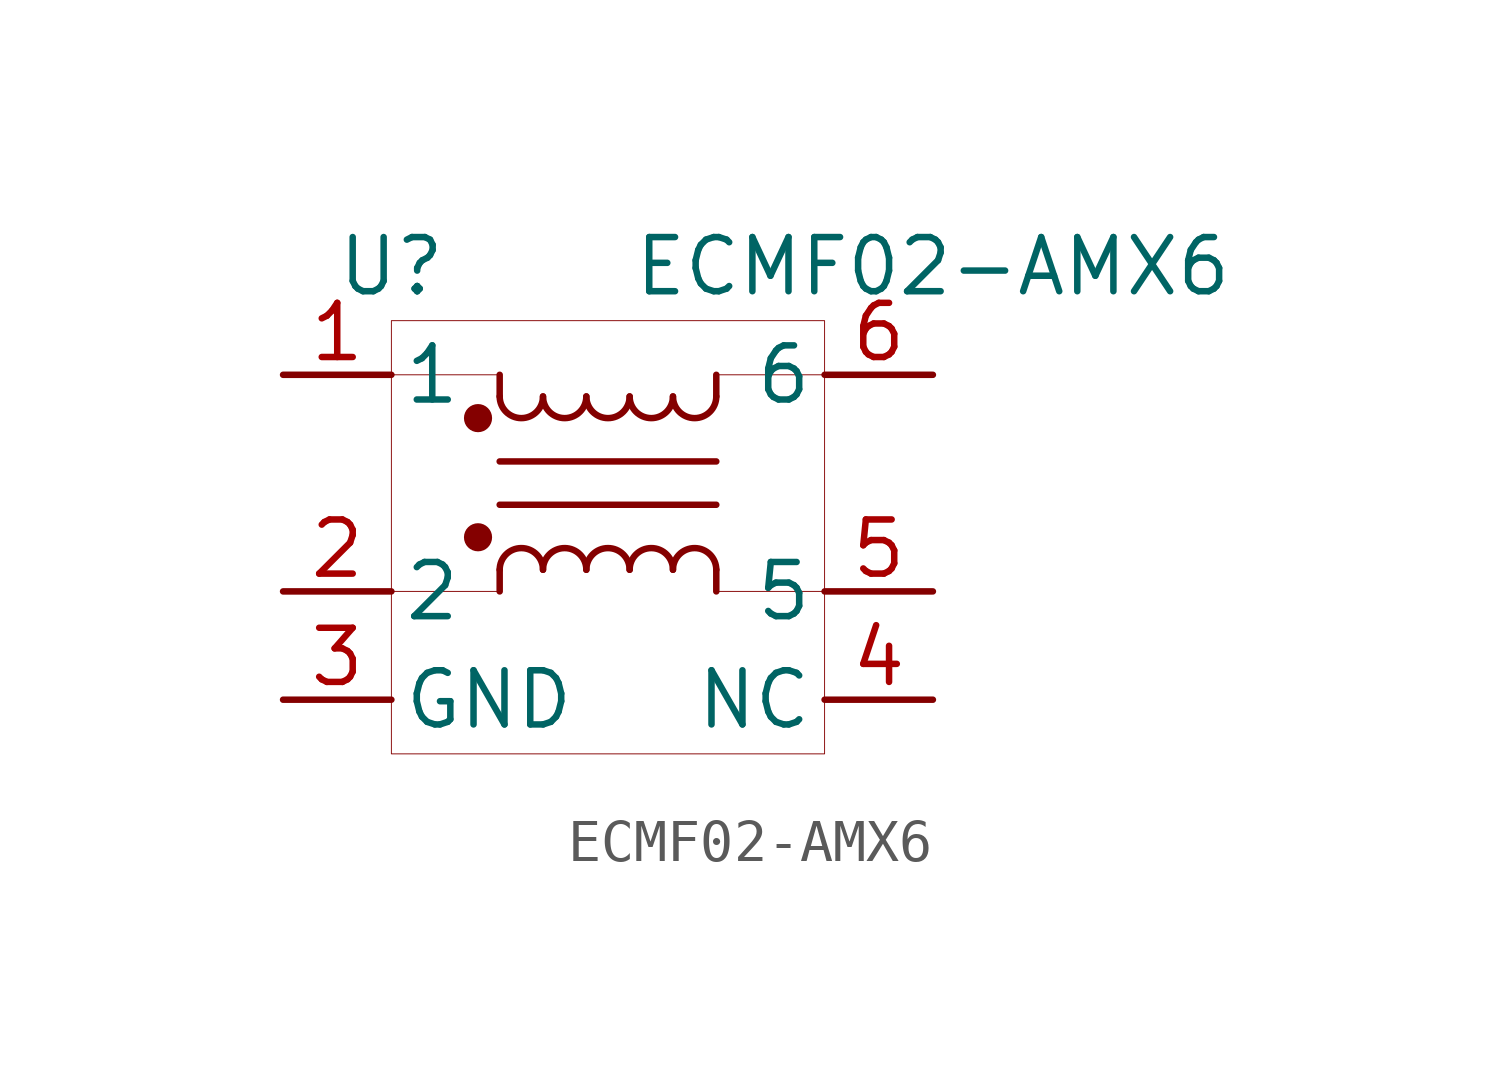
<source format=kicad_sym>
(kicad_symbol_lib
  (version 20201005)
  (generator kicad_symbol_editor)
  (symbol "ECMF02-AMX6:ECMF02-AMX6"
    (pin_names
      (offset 0.254))
    (property "Reference" "U"
      (at -5.08 5.08 0)
      (effects (font (size 1.27 1.27))))
    (property "Value" "ECMF02-AMX6"
      (at 7.62 5.08 0)
      (effects (font (size 1.27 1.27))))
    (symbol "ECMF02-AMX6_0_1"
      (arc (start -1.524 -2.032) (end -2.54 -2.032) (radius (at -2.032 -2.032) (length 0.508) (angles 0.1 179.9)) (stroke (width 0)) (fill (type none)))
      (arc (start -2.54 2.032) (end -1.524 2.032) (radius (at -2.032 2.032) (length 0.508) (angles -179.9 -0.1)) (stroke (width 0)) (fill (type none)))
      (arc (start -0.508 -2.032) (end -1.524 -2.032) (radius (at -1.016 -2.032) (length 0.508) (angles 0.1 179.9)) (stroke (width 0)) (fill (type none)))
      (arc (start -1.524 2.032) (end -0.508 2.032) (radius (at -1.016 2.032) (length 0.508) (angles -179.9 -0.1)) (stroke (width 0)) (fill (type none)))
      (arc (start 0.508 -2.032) (end -0.508 -2.032) (radius (at 0 -2.032) (length 0.508) (angles 0.1 179.9)) (stroke (width 0)) (fill (type none)))
      (arc (start -0.508 2.032) (end 0.508 2.032) (radius (at 0 2.032) (length 0.508) (angles -179.9 -0.1)) (stroke (width 0)) (fill (type none)))
      (arc (start 1.524 -2.032) (end 0.508 -2.032) (radius (at 1.016 -2.032) (length 0.508) (angles 0.1 179.9)) (stroke (width 0)) (fill (type none)))
      (arc (start 0.508 2.032) (end 1.524 2.032) (radius (at 1.016 2.032) (length 0.508) (angles -179.9 -0.1)) (stroke (width 0)) (fill (type none)))
      (arc (start 2.54 -2.032) (end 1.524 -2.032) (radius (at 2.032 -2.032) (length 0.508) (angles 0.1 179.9)) (stroke (width 0)) (fill (type none)))
      (arc (start 1.524 2.032) (end 2.54 2.032) (radius (at 2.032 2.032) (length 0.508) (angles -179.9 -0.1)) (stroke (width 0)) (fill (type none)))
      (circle (center -3.048 -1.27) (radius 0.254) (stroke (width 0)) (fill (type outline)))
      (circle (center -3.048 1.524) (radius 0.254) (stroke (width 0)) (fill (type outline)))
      (rectangle (start -5.08 3.81) (end 5.08 -6.35) (stroke (width 0.001)) (fill (type none)))
      (polyline (pts (xy -2.54 -2.032) (xy -2.54 -2.54)) (stroke (width 0)) (fill (type none)))
      (polyline (pts (xy -2.54 0.508) (xy 2.54 0.508)) (stroke (width 0)) (fill (type none)))
      (polyline (pts (xy -2.54 2.032) (xy -2.54 2.54)) (stroke (width 0)) (fill (type none)))
      (polyline (pts (xy 2.54 -2.032) (xy 2.54 -2.54)) (stroke (width 0)) (fill (type none)))
      (polyline (pts (xy 2.54 -0.508) (xy -2.54 -0.508)) (stroke (width 0)) (fill (type none)))
      (polyline (pts (xy 2.54 2.54) (xy 2.54 2.032)) (stroke (width 0)) (fill (type none)))
      (polyline (pts (xy -2.54 2.54) (xy -5.08 2.54)) (stroke (width 0.001)) (fill (type none)))
      (polyline (pts (xy 2.54 2.54) (xy 5.08 2.54)) (stroke (width 0.001)) (fill (type none)))
      (polyline (pts (xy 2.54 -2.54) (xy 5.08 -2.54)) (stroke (width 0.001)) (fill (type none)))
      (polyline (pts (xy -2.54 -2.54) (xy -5.08 -2.54)) (stroke (width 0.001)) (fill (type none))))
    (symbol "ECMF02-AMX6_1_1"
      (pin passive line (at -7.62 2.54 0) (length 2.54) (name "1" (effects (font (size 1.27 1.27)))) (number "1" (effects (font (size 1.27 1.27)))))
      (pin passive line (at 7.62 2.54 180) (length 2.54) (name "6" (effects (font (size 1.27 1.27)))) (number "6" (effects (font (size 1.27 1.27)))))
      (pin passive line (at -7.62 -2.54 0) (length 2.54) (name "2" (effects (font (size 1.27 1.27)))) (number "2" (effects (font (size 1.27 1.27)))))
      (pin passive line (at 7.62 -2.54 180) (length 2.54) (name "5" (effects (font (size 1.27 1.27)))) (number "5" (effects (font (size 1.27 1.27)))))
      (pin passive line (at -7.62 -5.08 0) (length 2.54) (name "GND" (effects (font (size 1.27 1.27)))) (number "3" (effects (font (size 1.27 1.27)))))
      (pin passive line (at 7.62 -5.08 180) (length 2.54) (name "NC" (effects (font (size 1.27 1.27)))) (number "4" (effects (font (size 1.27 1.27))))))))
</source>
